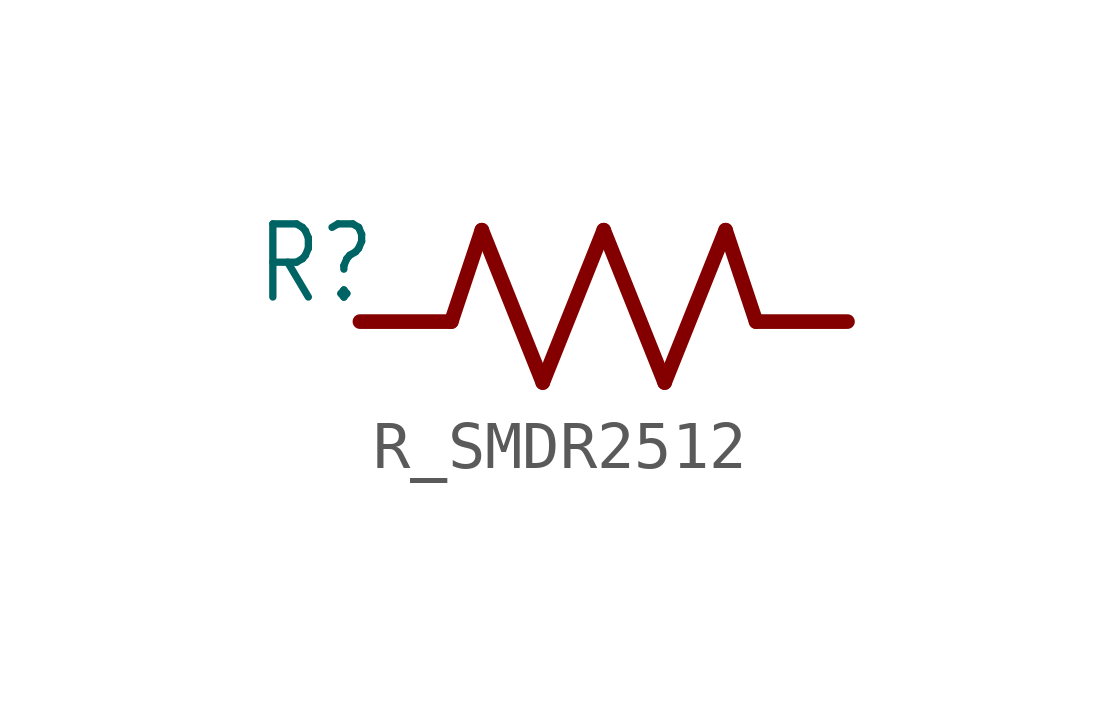
<source format=kicad_sym>
(kicad_symbol_lib
  (version 20231120)
  (generator "kicad_symbol_editor")
  (generator_version "8.0")
  (symbol "R_SMDR2512"
    (property "Reference" "R"
      (at -7.303 0.318 0)
      (effects (font (size 1.524 1.295)) (justify left bottom)))
    (property "Value" ""
      (at 3.334 0.318 0)
      (effects (font (size 1.524 1.295)) (justify left bottom)))
    (property "ki_locked" ""
      (at 0 0 0)
      (effects (font (size 1.27 1.27))))
    (symbol "R_SMDR2512_1_0"
      (polyline (pts (xy -3.175 0) (xy -5.08 0)) (stroke (width 0.305) (type solid)) (fill (type none)))
      (polyline (pts (xy -2.54 1.905) (xy -3.175 0)) (stroke (width 0.305) (type solid)) (fill (type none)))
      (polyline (pts (xy -2.54 1.905) (xy -1.27 -1.27)) (stroke (width 0.305) (type solid)) (fill (type none)))
      (polyline (pts (xy -1.27 -1.27) (xy 0 1.905)) (stroke (width 0.305) (type solid)) (fill (type none)))
      (polyline (pts (xy 0 1.905) (xy 1.27 -1.27)) (stroke (width 0.305) (type solid)) (fill (type none)))
      (polyline (pts (xy 1.27 -1.27) (xy 2.54 1.905)) (stroke (width 0.305) (type solid)) (fill (type none)))
      (polyline (pts (xy 2.54 1.905) (xy 3.175 0)) (stroke (width 0.305) (type solid)) (fill (type none)))
      (polyline (pts (xy 3.175 0) (xy 5.08 0)) (stroke (width 0.305) (type solid)) (fill (type none)))
      (pin passive line (at -5.08 0 0) (length 0) (name "1" (effects (font (size 0 0)))) (number "P$1" (effects (font (size 0 0)))))
      (pin passive line (at 5.08 0 180) (length 0) (name "2" (effects (font (size 0 0)))) (number "P$2" (effects (font (size 0 0))))))))
</source>
